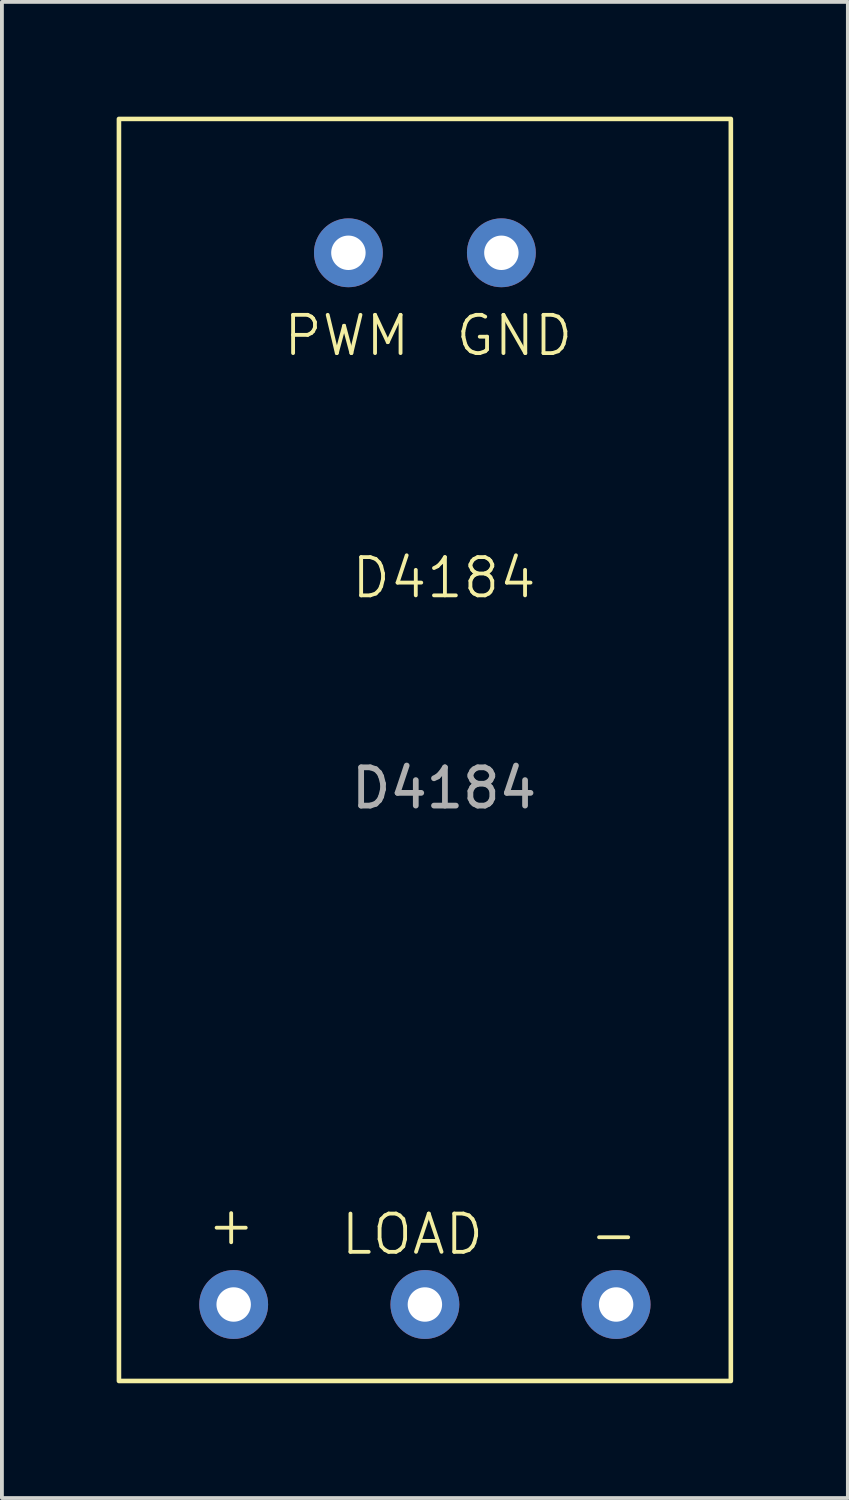
<source format=kicad_pcb>
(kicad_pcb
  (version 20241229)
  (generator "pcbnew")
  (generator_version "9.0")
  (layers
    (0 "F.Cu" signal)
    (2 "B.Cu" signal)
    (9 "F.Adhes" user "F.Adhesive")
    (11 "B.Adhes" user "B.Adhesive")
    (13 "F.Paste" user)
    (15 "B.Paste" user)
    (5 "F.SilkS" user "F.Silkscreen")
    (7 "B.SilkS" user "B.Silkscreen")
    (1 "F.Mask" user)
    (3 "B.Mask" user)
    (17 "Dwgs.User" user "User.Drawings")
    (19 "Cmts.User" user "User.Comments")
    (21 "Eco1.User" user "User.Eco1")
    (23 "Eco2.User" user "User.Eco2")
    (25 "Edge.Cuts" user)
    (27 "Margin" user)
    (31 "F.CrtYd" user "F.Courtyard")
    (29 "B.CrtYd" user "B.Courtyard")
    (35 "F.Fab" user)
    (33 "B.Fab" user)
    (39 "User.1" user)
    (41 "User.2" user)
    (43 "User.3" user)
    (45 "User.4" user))
  (footprint "D4184"
    (layer "F.Cu")
    (at 8.56 12.56)
    (property "Reference" "D4184" (at 0 -0.5 0) (unlocked yes) (layer "F.SilkS") (effects (font (size 1 1) (thickness 0.1))))
    (attr smd)
    (fp_rect (start -8.5 -12.5) (end 7.5 20.5) (stroke (width 0.12) (type solid)) (fill no) (layer "F.SilkS"))
    (fp_text user "-" (at 3.75 17.25 0) (unlocked yes) (layer "F.SilkS") (effects (font (size 1 1) (thickness 0.1)) (justify left bottom)))
    (fp_text user "+" (at -6.25 17 0) (unlocked yes) (layer "F.SilkS") (effects (font (size 1 1) (thickness 0.1)) (justify left bottom)))
    (fp_text user "LOAD" (at -2.75 17.25 0) (unlocked yes) (layer "F.SilkS") (effects (font (size 1 1) (thickness 0.1)) (justify left bottom)))
    (fp_text user "GND" (at 0.25 -6.25 0) (unlocked yes) (layer "F.SilkS") (effects (font (size 1 1) (thickness 0.1)) (justify left bottom)))
    (fp_text user "PWM" (at -4.25 -6.25 0) (unlocked yes) (layer "F.SilkS") (effects (font (size 1 1) (thickness 0.1)) (justify left bottom)))
    (fp_text user "${REFERENCE}" (at 0 5 0) (unlocked yes) (layer "F.Fab") (effects (font (size 1 1) (thickness 0.15))))
    (pad "1" thru_hole circle (at 1.5 -9 270) (size 1.8 1.8) (drill 0.9) (layers "*.Cu" "*.Mask"))
    (pad "2" thru_hole circle (at -2.5 -9 270) (size 1.8 1.8) (drill 0.9) (layers "*.Cu" "*.Mask"))
    (pad "3" thru_hole circle (at 4.5 18.5 270) (size 1.8 1.8) (drill 0.9) (layers "*.Cu" "*.Mask"))
    (pad "4" thru_hole circle (at -0.5 18.5 270) (size 1.8 1.8) (drill 0.9) (layers "*.Cu" "*.Mask"))
    (pad "5" thru_hole circle (at -5.5 18.5 270) (size 1.8 1.8) (drill 0.9) (layers "*.Cu" "*.Mask")))
  (gr_rect
    (start -3 -3)
    (end 19.12 36.12)
    (stroke (width 0.1) (type default))
    (fill no)
    (layer "Edge.Cuts")))
</source>
